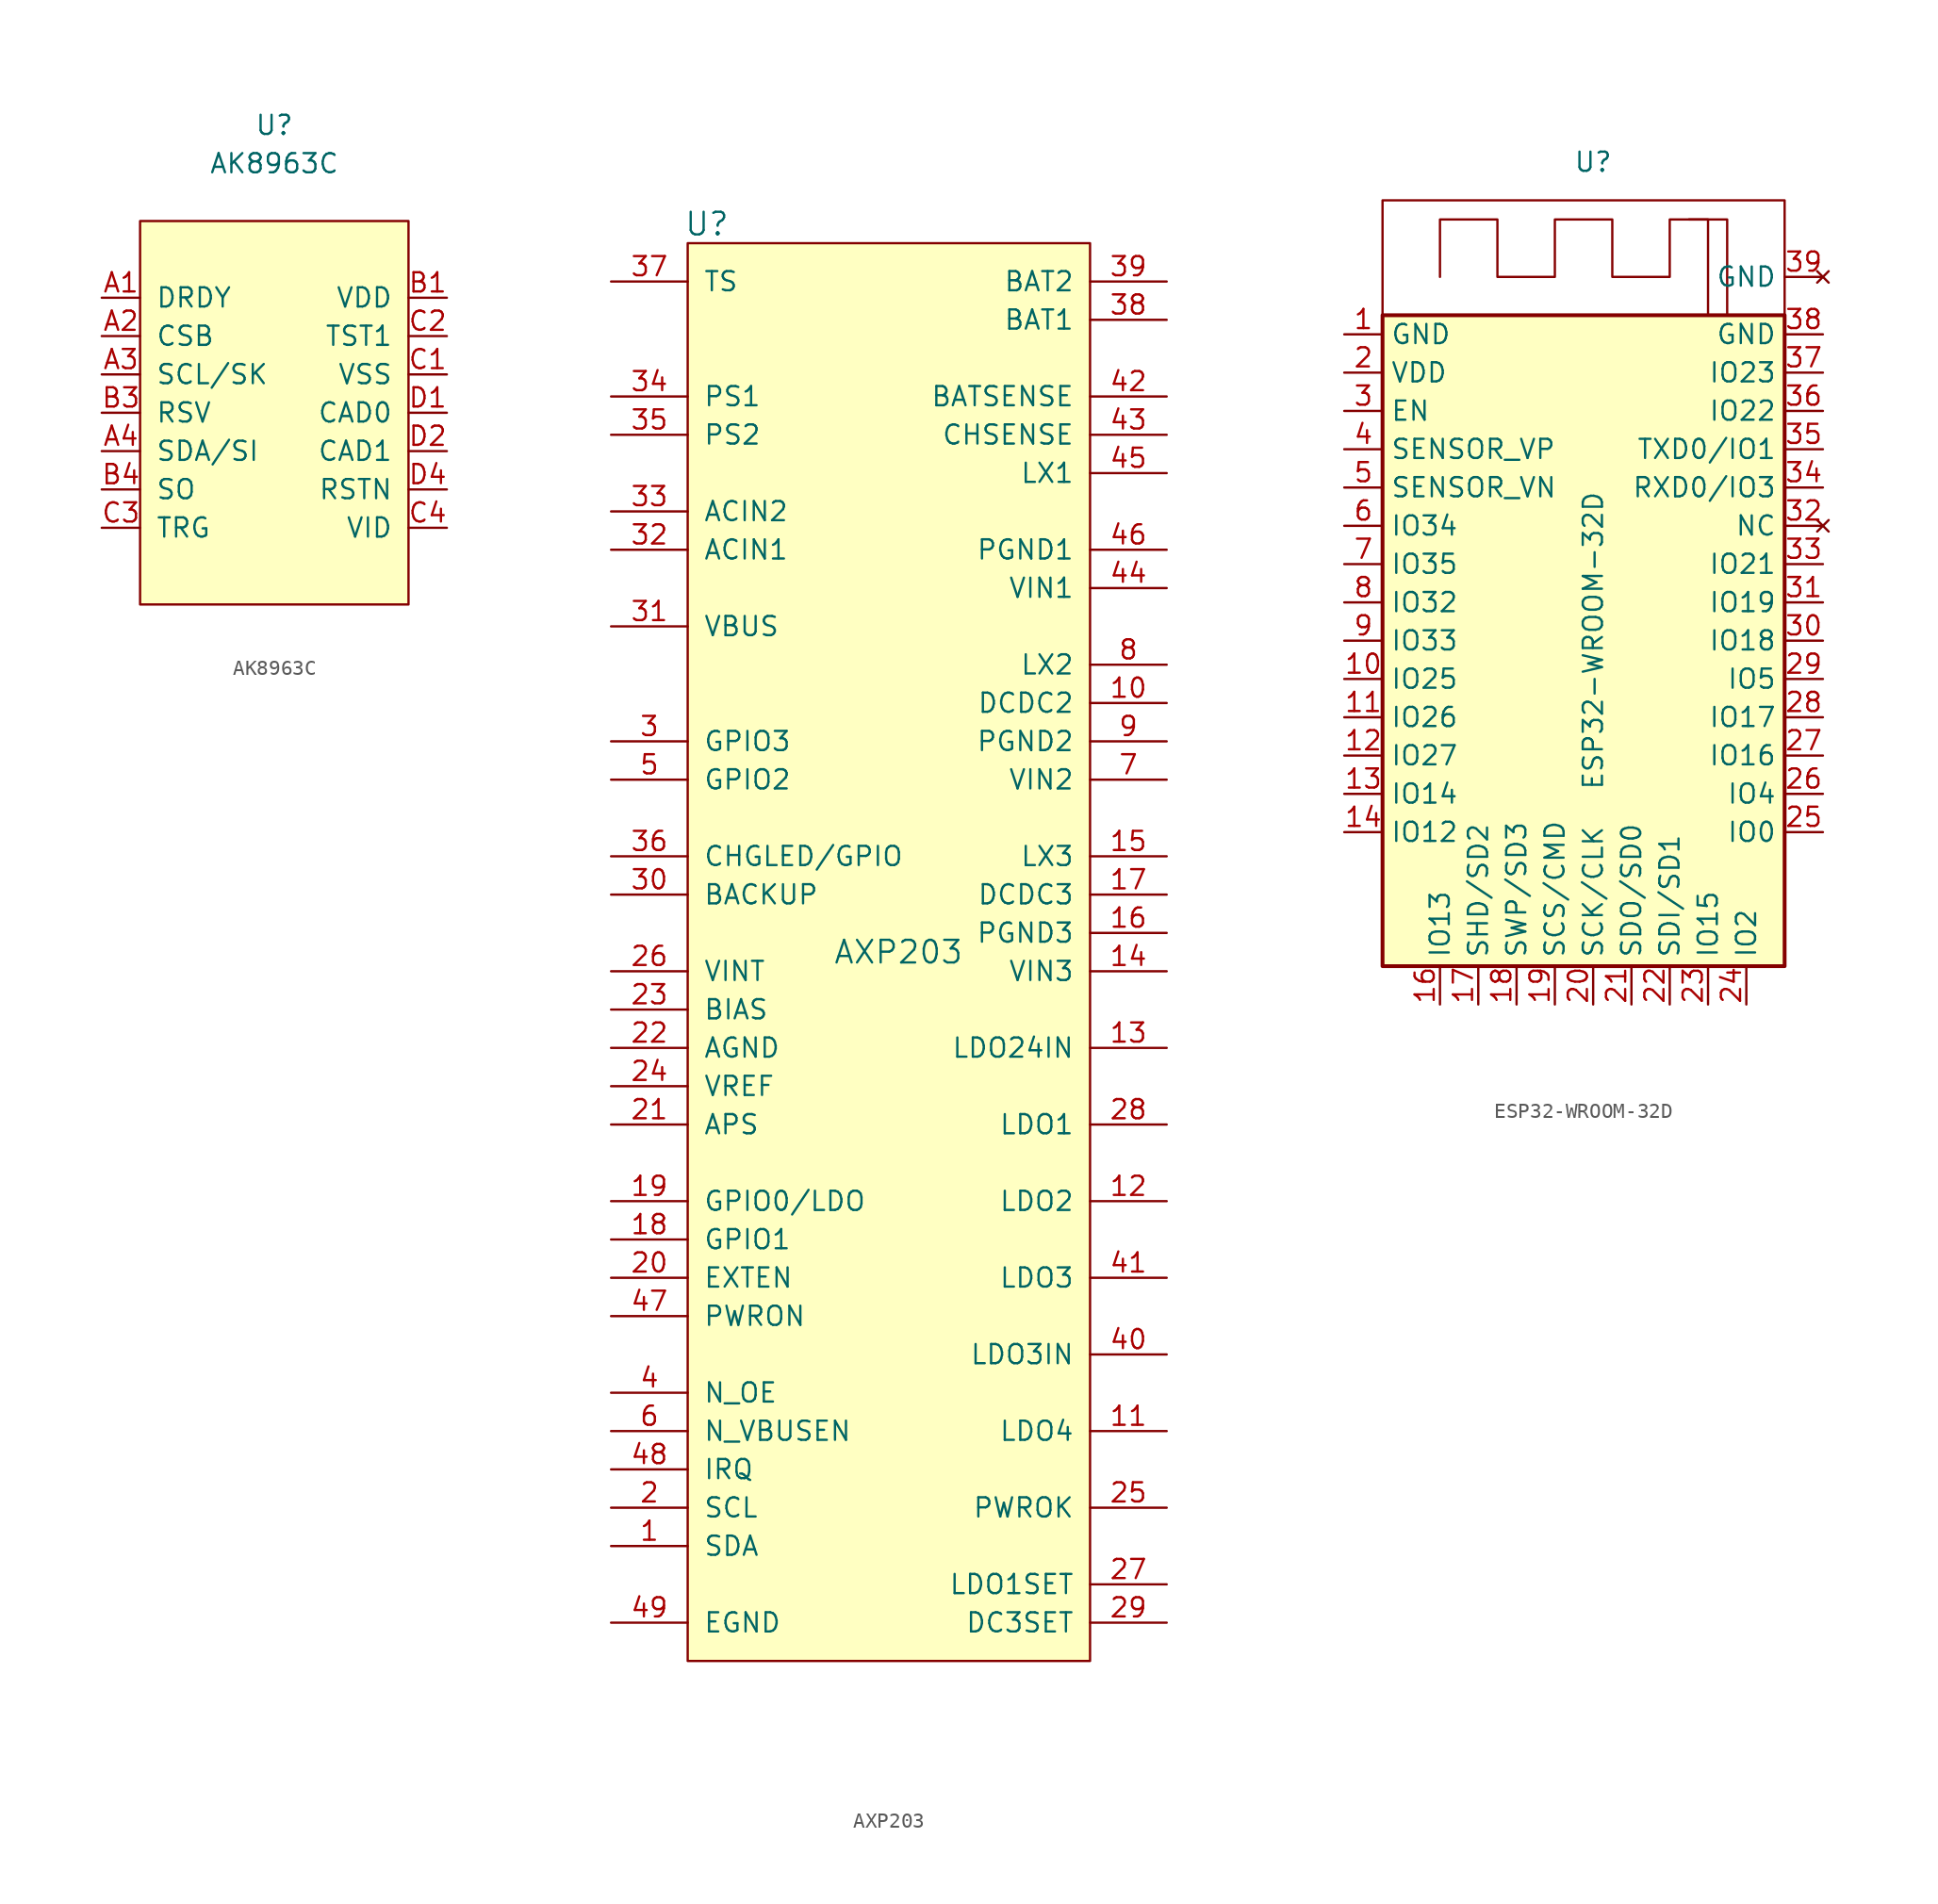
<source format=kicad_sym>
(kicad_symbol_lib
  (version 20210619)
  (generator kicad_symbol_editor)
  (symbol "0_MyLib:AK8963C"
    (pin_names
      (offset 1.016))
    (property "Reference" "U"
      (at 0 19.05 0)
      (effects (font (size 1.27 1.27))))
    (property "Value" "AK8963C"
      (at 0 16.51 0)
      (effects (font (size 1.27 1.27))))
    (symbol "AK8963C_0_1"
      (rectangle (start -8.89 12.7) (end 8.89 -12.7) (stroke (width 0)) (fill (type background))))
    (symbol "AK8963C_1_1"
      (pin input line (at -11.43 7.62 0) (length 2.54) (name "DRDY" (effects (font (size 1.27 1.27)))) (number "A1" (effects (font (size 1.27 1.27)))))
      (pin input line (at -11.43 5.08 0) (length 2.54) (name "CSB" (effects (font (size 1.27 1.27)))) (number "A2" (effects (font (size 1.27 1.27)))))
      (pin input line (at -11.43 2.54 0) (length 2.54) (name "SCL/SK" (effects (font (size 1.27 1.27)))) (number "A3" (effects (font (size 1.27 1.27)))))
      (pin input line (at -11.43 -2.54 0) (length 2.54) (name "SDA/SI" (effects (font (size 1.27 1.27)))) (number "A4" (effects (font (size 1.27 1.27)))))
      (pin input line (at 11.43 7.62 180) (length 2.54) (name "VDD" (effects (font (size 1.27 1.27)))) (number "B1" (effects (font (size 1.27 1.27)))))
      (pin input line (at -11.43 0 0) (length 2.54) (name "RSV" (effects (font (size 1.27 1.27)))) (number "B3" (effects (font (size 1.27 1.27)))))
      (pin input line (at -11.43 -5.08 0) (length 2.54) (name "SO" (effects (font (size 1.27 1.27)))) (number "B4" (effects (font (size 1.27 1.27)))))
      (pin input line (at 11.43 2.54 180) (length 2.54) (name "VSS" (effects (font (size 1.27 1.27)))) (number "C1" (effects (font (size 1.27 1.27)))))
      (pin input line (at 11.43 5.08 180) (length 2.54) (name "TST1" (effects (font (size 1.27 1.27)))) (number "C2" (effects (font (size 1.27 1.27)))))
      (pin input line (at -11.43 -7.62 0) (length 2.54) (name "TRG" (effects (font (size 1.27 1.27)))) (number "C3" (effects (font (size 1.27 1.27)))))
      (pin input line (at 11.43 -7.62 180) (length 2.54) (name "VID" (effects (font (size 1.27 1.27)))) (number "C4" (effects (font (size 1.27 1.27)))))
      (pin input line (at 11.43 0 180) (length 2.54) (name "CAD0" (effects (font (size 1.27 1.27)))) (number "D1" (effects (font (size 1.27 1.27)))))
      (pin input line (at 11.43 -2.54 180) (length 2.54) (name "CAD1" (effects (font (size 1.27 1.27)))) (number "D2" (effects (font (size 1.27 1.27)))))
      (pin input line (at 11.43 -5.08 180) (length 2.54) (name "RSTN" (effects (font (size 1.27 1.27)))) (number "D4" (effects (font (size 1.27 1.27)))))))
  (symbol "0_MyLib:AXP203"
    (pin_names
      (offset 1.016))
    (property "Reference" "U"
      (at -12.7 46.99 0)
      (effects (font (size 1.499 1.499))))
    (property "Value" "AXP203"
      (at 0 -1.27 0)
      (effects (font (size 1.499 1.499))))
    (symbol "AXP203_0_1"
      (rectangle (start -13.97 45.72) (end 12.7 -48.26) (stroke (width 0)) (fill (type background))))
    (symbol "AXP203_1_0"
      (pin bidirectional line (at -19.05 -40.64 0) (length 5.08) (name "SDA" (effects (font (size 1.27 1.27)))) (number "1" (effects (font (size 1.27 1.27)))))
      (pin power_in line (at 17.78 15.24 180) (length 5.08) (name "DCDC2" (effects (font (size 1.27 1.27)))) (number "10" (effects (font (size 1.27 1.27)))))
      (pin power_out line (at 17.78 -33.02 180) (length 5.08) (name "LDO4" (effects (font (size 1.27 1.27)))) (number "11" (effects (font (size 1.27 1.27)))))
      (pin power_out line (at 17.78 -17.78 180) (length 5.08) (name "LDO2" (effects (font (size 1.27 1.27)))) (number "12" (effects (font (size 1.27 1.27)))))
      (pin power_in line (at 17.78 -7.62 180) (length 5.08) (name "LDO24IN" (effects (font (size 1.27 1.27)))) (number "13" (effects (font (size 1.27 1.27)))))
      (pin power_in line (at 17.78 -2.54 180) (length 5.08) (name "VIN3" (effects (font (size 1.27 1.27)))) (number "14" (effects (font (size 1.27 1.27)))))
      (pin power_in line (at 17.78 5.08 180) (length 5.08) (name "LX3" (effects (font (size 1.27 1.27)))) (number "15" (effects (font (size 1.27 1.27)))))
      (pin power_in line (at 17.78 0 180) (length 5.08) (name "PGND3" (effects (font (size 1.27 1.27)))) (number "16" (effects (font (size 1.27 1.27)))))
      (pin power_in line (at 17.78 2.54 180) (length 5.08) (name "DCDC3" (effects (font (size 1.27 1.27)))) (number "17" (effects (font (size 1.27 1.27)))))
      (pin bidirectional line (at -19.05 -20.32 0) (length 5.08) (name "GPIO1" (effects (font (size 1.27 1.27)))) (number "18" (effects (font (size 1.27 1.27)))))
      (pin bidirectional line (at -19.05 -17.78 0) (length 5.08) (name "GPIO0/LDO" (effects (font (size 1.27 1.27)))) (number "19" (effects (font (size 1.27 1.27)))))
      (pin input line (at -19.05 -38.1 0) (length 5.08) (name "SCL" (effects (font (size 1.27 1.27)))) (number "2" (effects (font (size 1.27 1.27)))))
      (pin input line (at -19.05 -22.86 0) (length 5.08) (name "EXTEN" (effects (font (size 1.27 1.27)))) (number "20" (effects (font (size 1.27 1.27)))))
      (pin unspecified line (at -19.05 -12.7 0) (length 5.08) (name "APS" (effects (font (size 1.27 1.27)))) (number "21" (effects (font (size 1.27 1.27)))))
      (pin power_in line (at -19.05 -7.62 0) (length 5.08) (name "AGND" (effects (font (size 1.27 1.27)))) (number "22" (effects (font (size 1.27 1.27)))))
      (pin unspecified line (at -19.05 -5.08 0) (length 5.08) (name "BIAS" (effects (font (size 1.27 1.27)))) (number "23" (effects (font (size 1.27 1.27)))))
      (pin unspecified line (at -19.05 -10.16 0) (length 5.08) (name "VREF" (effects (font (size 1.27 1.27)))) (number "24" (effects (font (size 1.27 1.27)))))
      (pin output line (at 17.78 -38.1 180) (length 5.08) (name "PWROK" (effects (font (size 1.27 1.27)))) (number "25" (effects (font (size 1.27 1.27)))))
      (pin unspecified line (at -19.05 -2.54 0) (length 5.08) (name "VINT" (effects (font (size 1.27 1.27)))) (number "26" (effects (font (size 1.27 1.27)))))
      (pin input line (at 17.78 -43.18 180) (length 5.08) (name "LDO1SET" (effects (font (size 1.27 1.27)))) (number "27" (effects (font (size 1.27 1.27)))))
      (pin power_out line (at 17.78 -12.7 180) (length 5.08) (name "LDO1" (effects (font (size 1.27 1.27)))) (number "28" (effects (font (size 1.27 1.27)))))
      (pin input line (at 17.78 -45.72 180) (length 5.08) (name "DC3SET" (effects (font (size 1.27 1.27)))) (number "29" (effects (font (size 1.27 1.27)))))
      (pin bidirectional line (at -19.05 12.7 0) (length 5.08) (name "GPIO3" (effects (font (size 1.27 1.27)))) (number "3" (effects (font (size 1.27 1.27)))))
      (pin unspecified line (at -19.05 2.54 0) (length 5.08) (name "BACKUP" (effects (font (size 1.27 1.27)))) (number "30" (effects (font (size 1.27 1.27)))))
      (pin power_in line (at -19.05 20.32 0) (length 5.08) (name "VBUS" (effects (font (size 1.27 1.27)))) (number "31" (effects (font (size 1.27 1.27)))))
      (pin bidirectional line (at -19.05 5.08 0) (length 5.08) (name "CHGLED/GPIO" (effects (font (size 1.27 1.27)))) (number "36" (effects (font (size 1.27 1.27)))))
      (pin power_in line (at 17.78 40.64 180) (length 5.08) (name "BAT1" (effects (font (size 1.27 1.27)))) (number "38" (effects (font (size 1.27 1.27)))))
      (pin power_in line (at 17.78 43.18 180) (length 5.08) (name "BAT2" (effects (font (size 1.27 1.27)))) (number "39" (effects (font (size 1.27 1.27)))))
      (pin output line (at -19.05 -30.48 0) (length 5.08) (name "N_OE" (effects (font (size 1.27 1.27)))) (number "4" (effects (font (size 1.27 1.27)))))
      (pin power_in line (at 17.78 -27.94 180) (length 5.08) (name "LDO3IN" (effects (font (size 1.27 1.27)))) (number "40" (effects (font (size 1.27 1.27)))))
      (pin power_out line (at 17.78 -22.86 180) (length 5.08) (name "LDO3" (effects (font (size 1.27 1.27)))) (number "41" (effects (font (size 1.27 1.27)))))
      (pin input line (at 17.78 35.56 180) (length 5.08) (name "BATSENSE" (effects (font (size 1.27 1.27)))) (number "42" (effects (font (size 1.27 1.27)))))
      (pin input line (at 17.78 33.02 180) (length 5.08) (name "CHSENSE" (effects (font (size 1.27 1.27)))) (number "43" (effects (font (size 1.27 1.27)))))
      (pin power_in line (at 17.78 22.86 180) (length 5.08) (name "VIN1" (effects (font (size 1.27 1.27)))) (number "44" (effects (font (size 1.27 1.27)))))
      (pin power_in line (at 17.78 30.48 180) (length 5.08) (name "LX1" (effects (font (size 1.27 1.27)))) (number "45" (effects (font (size 1.27 1.27)))))
      (pin power_in line (at 17.78 25.4 180) (length 5.08) (name "PGND1" (effects (font (size 1.27 1.27)))) (number "46" (effects (font (size 1.27 1.27)))))
      (pin input line (at -19.05 -25.4 0) (length 5.08) (name "PWRON" (effects (font (size 1.27 1.27)))) (number "47" (effects (font (size 1.27 1.27)))))
      (pin output line (at -19.05 -35.56 0) (length 5.08) (name "IRQ" (effects (font (size 1.27 1.27)))) (number "48" (effects (font (size 1.27 1.27)))))
      (pin power_in line (at -19.05 -45.72 0) (length 5.08) (name "EGND" (effects (font (size 1.27 1.27)))) (number "49" (effects (font (size 1.27 1.27)))))
      (pin bidirectional line (at -19.05 10.16 0) (length 5.08) (name "GPIO2" (effects (font (size 1.27 1.27)))) (number "5" (effects (font (size 1.27 1.27)))))
      (pin output line (at -19.05 -33.02 0) (length 5.08) (name "N_VBUSEN" (effects (font (size 1.27 1.27)))) (number "6" (effects (font (size 1.27 1.27)))))
      (pin power_in line (at 17.78 10.16 180) (length 5.08) (name "VIN2" (effects (font (size 1.27 1.27)))) (number "7" (effects (font (size 1.27 1.27)))))
      (pin power_in line (at 17.78 17.78 180) (length 5.08) (name "LX2" (effects (font (size 1.27 1.27)))) (number "8" (effects (font (size 1.27 1.27)))))
      (pin power_in line (at 17.78 12.7 180) (length 5.08) (name "PGND2" (effects (font (size 1.27 1.27)))) (number "9" (effects (font (size 1.27 1.27))))))
    (symbol "AXP203_1_1"
      (pin power_in line (at -19.05 25.4 0) (length 5.08) (name "ACIN1" (effects (font (size 1.27 1.27)))) (number "32" (effects (font (size 1.27 1.27)))))
      (pin power_in line (at -19.05 27.94 0) (length 5.08) (name "ACIN2" (effects (font (size 1.27 1.27)))) (number "33" (effects (font (size 1.27 1.27)))))
      (pin unspecified line (at -19.05 35.56 0) (length 5.08) (name "PS1" (effects (font (size 1.27 1.27)))) (number "34" (effects (font (size 1.27 1.27)))))
      (pin unspecified line (at -19.05 33.02 0) (length 5.08) (name "PS2" (effects (font (size 1.27 1.27)))) (number "35" (effects (font (size 1.27 1.27)))))
      (pin input line (at -19.05 43.18 0) (length 5.08) (name "TS" (effects (font (size 1.27 1.27)))) (number "37" (effects (font (size 1.27 1.27)))))))
  (symbol "0_MyLib:ESP32-WROOM-32D"
    (property "Reference" "U"
      (at 0 52.07 0)
      (effects (font (size 1.27 1.27))))
    (property "Value" "ESP32-WROOM-32D"
      (at 0 20.32 90)
      (effects (font (size 1.27 1.27))))
    (symbol "ESP32-WROOM-32D_0_1"
      (rectangle (start -13.97 41.91) (end 12.7 49.53) (stroke (width 0.152)) (fill (type none)))
      (rectangle (start -13.97 41.91) (end 12.7 -1.27) (stroke (width 0.254)) (fill (type background)))
      (polyline (pts (xy 7.62 48.26) (xy 6.35 48.26) (xy 8.89 48.26) (xy 8.89 41.91)) (stroke (width 0.152)) (fill (type none)))
      (polyline (pts (xy -10.16 44.45) (xy -10.16 48.26) (xy -6.35 48.26) (xy -6.35 44.45) (xy -2.54 44.45) (xy -2.54 48.26) (xy 1.27 48.26) (xy 1.27 44.45) (xy 5.08 44.45) (xy 5.08 48.26) (xy 7.62 48.26) (xy 7.62 41.91)) (stroke (width 0.152)) (fill (type none))))
    (symbol "ESP32-WROOM-32D_1_1"
      (pin power_in line (at -16.51 40.64 0) (length 2.54) (name "GND" (effects (font (size 1.27 1.27)))) (number "1" (effects (font (size 1.27 1.27)))))
      (pin bidirectional line (at -16.51 17.78 0) (length 2.54) (name "IO25" (effects (font (size 1.27 1.27)))) (number "10" (effects (font (size 1.27 1.27)))))
      (pin bidirectional line (at -16.51 15.24 0) (length 2.54) (name "IO26" (effects (font (size 1.27 1.27)))) (number "11" (effects (font (size 1.27 1.27)))))
      (pin bidirectional line (at -16.51 12.7 0) (length 2.54) (name "IO27" (effects (font (size 1.27 1.27)))) (number "12" (effects (font (size 1.27 1.27)))))
      (pin bidirectional line (at -16.51 10.16 0) (length 2.54) (name "IO14" (effects (font (size 1.27 1.27)))) (number "13" (effects (font (size 1.27 1.27)))))
      (pin bidirectional line (at -16.51 7.62 0) (length 2.54) (name "IO12" (effects (font (size 1.27 1.27)))) (number "14" (effects (font (size 1.27 1.27)))))
      (pin bidirectional line (at -10.16 -3.81 90) (length 2.54) (name "IO13" (effects (font (size 1.27 1.27)))) (number "16" (effects (font (size 1.27 1.27)))))
      (pin bidirectional line (at -7.62 -3.81 90) (length 2.54) (name "SHD/SD2" (effects (font (size 1.27 1.27)))) (number "17" (effects (font (size 1.27 1.27)))))
      (pin bidirectional line (at -5.08 -3.81 90) (length 2.54) (name "SWP/SD3" (effects (font (size 1.27 1.27)))) (number "18" (effects (font (size 1.27 1.27)))))
      (pin bidirectional line (at -2.54 -3.81 90) (length 2.54) (name "SCS/CMD" (effects (font (size 1.27 1.27)))) (number "19" (effects (font (size 1.27 1.27)))))
      (pin power_in line (at -16.51 38.1 0) (length 2.54) (name "VDD" (effects (font (size 1.27 1.27)))) (number "2" (effects (font (size 1.27 1.27)))))
      (pin bidirectional line (at 0 -3.81 90) (length 2.54) (name "SCK/CLK" (effects (font (size 1.27 1.27)))) (number "20" (effects (font (size 1.27 1.27)))))
      (pin bidirectional line (at 2.54 -3.81 90) (length 2.54) (name "SDO/SD0" (effects (font (size 1.27 1.27)))) (number "21" (effects (font (size 1.27 1.27)))))
      (pin bidirectional line (at 5.08 -3.81 90) (length 2.54) (name "SDI/SD1" (effects (font (size 1.27 1.27)))) (number "22" (effects (font (size 1.27 1.27)))))
      (pin bidirectional line (at 7.62 -3.81 90) (length 2.54) (name "IO15" (effects (font (size 1.27 1.27)))) (number "23" (effects (font (size 1.27 1.27)))))
      (pin bidirectional line (at 10.16 -3.81 90) (length 2.54) (name "IO2" (effects (font (size 1.27 1.27)))) (number "24" (effects (font (size 1.27 1.27)))))
      (pin bidirectional line (at 15.24 7.62 180) (length 2.54) (name "IO0" (effects (font (size 1.27 1.27)))) (number "25" (effects (font (size 1.27 1.27)))))
      (pin bidirectional line (at 15.24 10.16 180) (length 2.54) (name "IO4" (effects (font (size 1.27 1.27)))) (number "26" (effects (font (size 1.27 1.27)))))
      (pin bidirectional line (at 15.24 12.7 180) (length 2.54) (name "IO16" (effects (font (size 1.27 1.27)))) (number "27" (effects (font (size 1.27 1.27)))))
      (pin bidirectional line (at 15.24 15.24 180) (length 2.54) (name "IO17" (effects (font (size 1.27 1.27)))) (number "28" (effects (font (size 1.27 1.27)))))
      (pin bidirectional line (at 15.24 17.78 180) (length 2.54) (name "IO5" (effects (font (size 1.27 1.27)))) (number "29" (effects (font (size 1.27 1.27)))))
      (pin input line (at -16.51 35.56 0) (length 2.54) (name "EN" (effects (font (size 1.27 1.27)))) (number "3" (effects (font (size 1.27 1.27)))))
      (pin bidirectional line (at 15.24 20.32 180) (length 2.54) (name "IO18" (effects (font (size 1.27 1.27)))) (number "30" (effects (font (size 1.27 1.27)))))
      (pin bidirectional line (at 15.24 22.86 180) (length 2.54) (name "IO19" (effects (font (size 1.27 1.27)))) (number "31" (effects (font (size 1.27 1.27)))))
      (pin no_connect line (at 15.24 27.94 180) (length 2.54) (name "NC" (effects (font (size 1.27 1.27)))) (number "32" (effects (font (size 1.27 1.27)))))
      (pin bidirectional line (at 15.24 25.4 180) (length 2.54) (name "IO21" (effects (font (size 1.27 1.27)))) (number "33" (effects (font (size 1.27 1.27)))))
      (pin bidirectional line (at 15.24 30.48 180) (length 2.54) (name "RXD0/IO3" (effects (font (size 1.27 1.27)))) (number "34" (effects (font (size 1.27 1.27)))))
      (pin bidirectional line (at 15.24 33.02 180) (length 2.54) (name "TXD0/IO1" (effects (font (size 1.27 1.27)))) (number "35" (effects (font (size 1.27 1.27)))))
      (pin bidirectional line (at 15.24 35.56 180) (length 2.54) (name "IO22" (effects (font (size 1.27 1.27)))) (number "36" (effects (font (size 1.27 1.27)))))
      (pin bidirectional line (at 15.24 38.1 180) (length 2.54) (name "IO23" (effects (font (size 1.27 1.27)))) (number "37" (effects (font (size 1.27 1.27)))))
      (pin power_in line (at 15.24 40.64 180) (length 2.54) (name "GND" (effects (font (size 1.27 1.27)))) (number "38" (effects (font (size 1.27 1.27)))))
      (pin no_connect line (at 15.24 44.45 180) (length 2.54) (name "GND" (effects (font (size 1.27 1.27)))) (number "39" (effects (font (size 1.27 1.27)))))
      (pin input line (at -16.51 33.02 0) (length 2.54) (name "SENSOR_VP" (effects (font (size 1.27 1.27)))) (number "4" (effects (font (size 1.27 1.27)))))
      (pin input line (at -16.51 30.48 0) (length 2.54) (name "SENSOR_VN" (effects (font (size 1.27 1.27)))) (number "5" (effects (font (size 1.27 1.27)))))
      (pin input line (at -16.51 27.94 0) (length 2.54) (name "IO34" (effects (font (size 1.27 1.27)))) (number "6" (effects (font (size 1.27 1.27)))))
      (pin input line (at -16.51 25.4 0) (length 2.54) (name "IO35" (effects (font (size 1.27 1.27)))) (number "7" (effects (font (size 1.27 1.27)))))
      (pin bidirectional line (at -16.51 22.86 0) (length 2.54) (name "IO32" (effects (font (size 1.27 1.27)))) (number "8" (effects (font (size 1.27 1.27)))))
      (pin bidirectional line (at -16.51 20.32 0) (length 2.54) (name "IO33" (effects (font (size 1.27 1.27)))) (number "9" (effects (font (size 1.27 1.27))))))))
</source>
